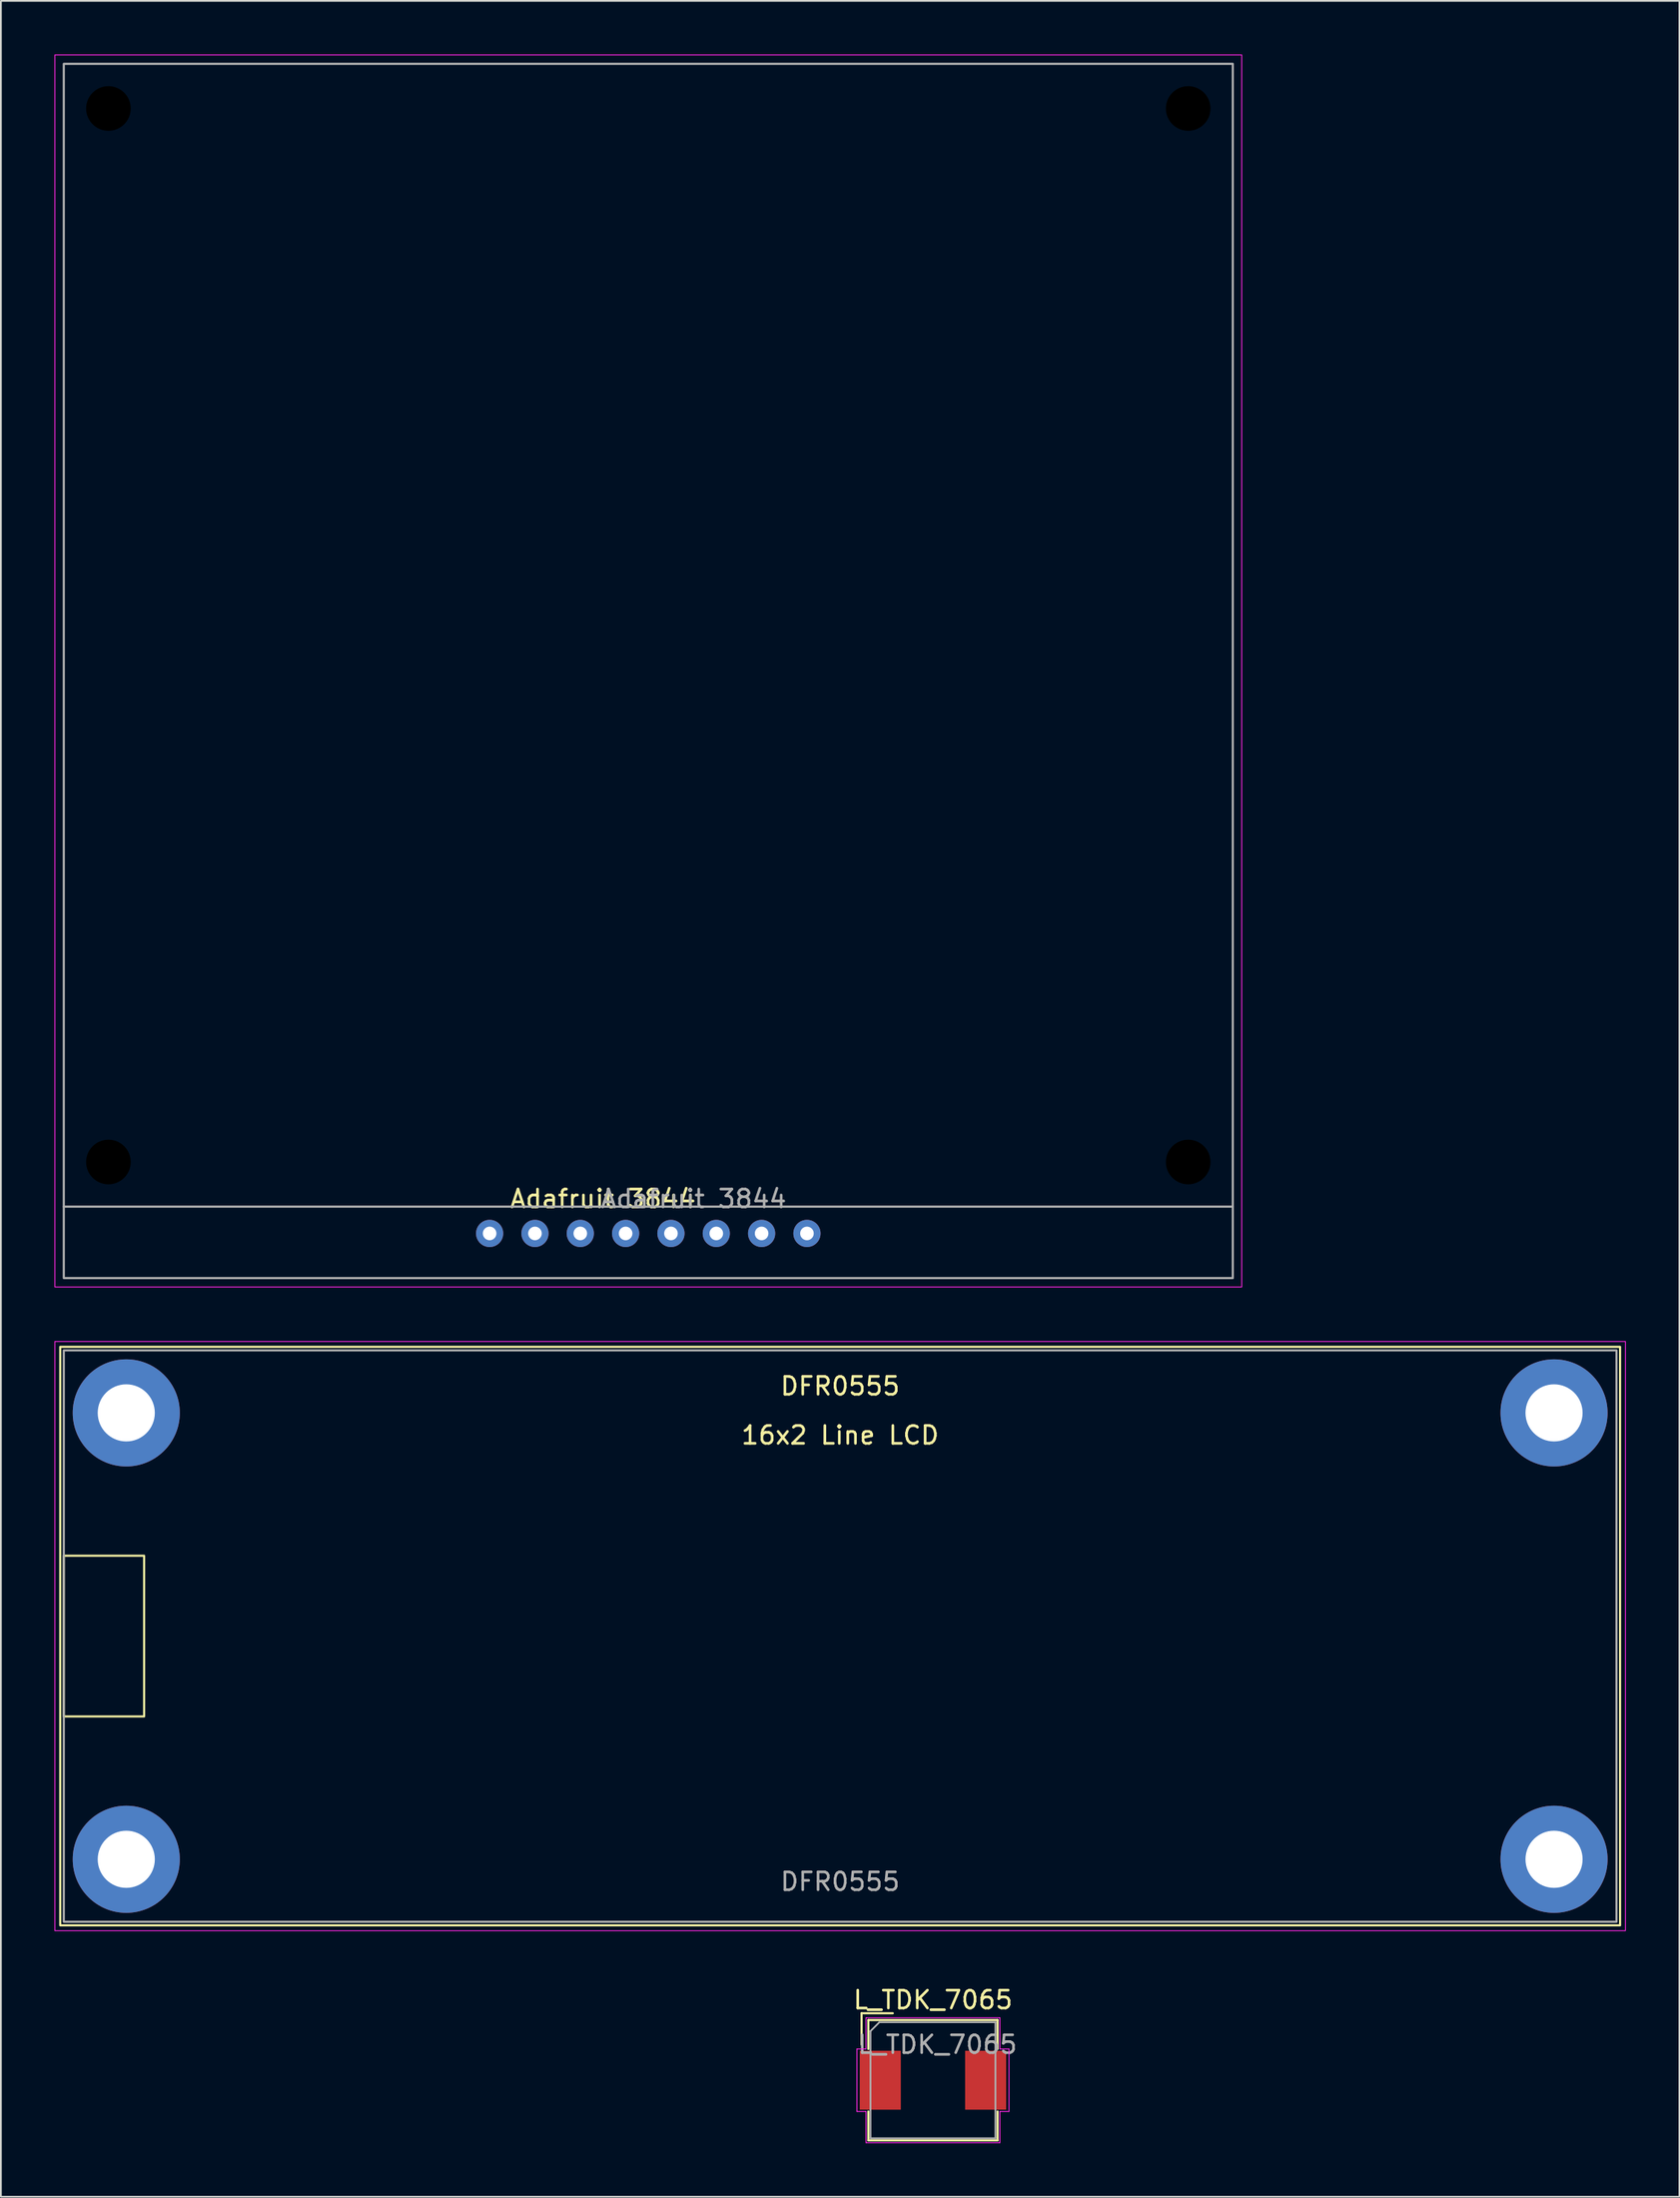
<source format=kicad_pcb>
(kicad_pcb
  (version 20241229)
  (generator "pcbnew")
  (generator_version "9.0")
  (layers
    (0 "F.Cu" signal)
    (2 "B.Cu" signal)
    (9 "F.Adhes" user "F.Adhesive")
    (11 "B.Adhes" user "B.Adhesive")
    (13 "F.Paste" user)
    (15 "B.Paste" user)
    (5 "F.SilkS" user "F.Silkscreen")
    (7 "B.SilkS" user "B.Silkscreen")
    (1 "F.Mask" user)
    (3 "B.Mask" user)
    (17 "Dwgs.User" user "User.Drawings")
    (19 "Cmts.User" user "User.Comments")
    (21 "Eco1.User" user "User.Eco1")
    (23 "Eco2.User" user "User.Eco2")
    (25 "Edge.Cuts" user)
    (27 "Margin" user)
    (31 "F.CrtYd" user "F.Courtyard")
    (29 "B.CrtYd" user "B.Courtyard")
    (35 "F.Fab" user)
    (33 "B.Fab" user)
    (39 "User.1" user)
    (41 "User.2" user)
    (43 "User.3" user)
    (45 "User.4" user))
  (footprint "L_TDK_7065"
    (layer "F.Cu")
    (at 49.225 113.448)
    (property "Reference" "L_TDK_7065" (at 0 -4.5 0) (layer "F.SilkS") (effects (font (size 1 1) (thickness 0.15))))
    (attr smd)
    (fp_line (start -4 -3.75) (end -2.25 -3.75) (stroke (width 0.12) (type solid)) (layer "F.SilkS"))
    (fp_line (start -4 -2) (end -4 -3.75) (stroke (width 0.12) (type solid)) (layer "F.SilkS"))
    (fp_line (start -3.62 -3.37) (end -3.62 -1.75) (stroke (width 0.12) (type solid)) (layer "F.SilkS"))
    (fp_line (start -3.62 -3.37) (end 3.62 -3.37) (stroke (width 0.12) (type solid)) (layer "F.SilkS"))
    (fp_line (start -3.62 1.75) (end -3.62 3.37) (stroke (width 0.12) (type solid)) (layer "F.SilkS"))
    (fp_line (start -3.62 3.37) (end 3.62 3.37) (stroke (width 0.12) (type solid)) (layer "F.SilkS"))
    (fp_line (start 3.62 -3.37) (end 3.62 -1.75) (stroke (width 0.12) (type solid)) (layer "F.SilkS"))
    (fp_line (start 3.62 1.75) (end 3.62 3.37) (stroke (width 0.12) (type solid)) (layer "F.SilkS"))
    (fp_line (start -4.26 -1.75) (end -4.26 1.75) (stroke (width 0.05) (type solid)) (layer "F.CrtYd"))
    (fp_line (start -4.26 1.75) (end -3.75 1.75) (stroke (width 0.05) (type solid)) (layer "F.CrtYd"))
    (fp_line (start -3.75 -3.5) (end -3.75 -1.75) (stroke (width 0.05) (type solid)) (layer "F.CrtYd"))
    (fp_line (start -3.75 -3.5) (end 3.75 -3.5) (stroke (width 0.05) (type solid)) (layer "F.CrtYd"))
    (fp_line (start -3.75 -1.75) (end -4.26 -1.75) (stroke (width 0.05) (type solid)) (layer "F.CrtYd"))
    (fp_line (start -3.75 1.75) (end -3.75 3.5) (stroke (width 0.05) (type solid)) (layer "F.CrtYd"))
    (fp_line (start -3.75 3.5) (end 3.75 3.5) (stroke (width 0.05) (type solid)) (layer "F.CrtYd"))
    (fp_line (start 3.75 -3.5) (end 3.75 -1.75) (stroke (width 0.05) (type solid)) (layer "F.CrtYd"))
    (fp_line (start 3.75 -1.75) (end 4.26 -1.75) (stroke (width 0.05) (type solid)) (layer "F.CrtYd"))
    (fp_line (start 3.75 1.75) (end 3.75 3.5) (stroke (width 0.05) (type solid)) (layer "F.CrtYd"))
    (fp_line (start 4.26 -1.75) (end 4.26 1.75) (stroke (width 0.05) (type solid)) (layer "F.CrtYd"))
    (fp_line (start 4.26 1.75) (end 3.75 1.75) (stroke (width 0.05) (type solid)) (layer "F.CrtYd"))
    (fp_line (start -3.5 -2.75) (end -3 -3.25) (stroke (width 0.1) (type solid)) (layer "F.Fab"))
    (fp_line (start -3.5 3.25) (end -3.5 -2.75) (stroke (width 0.1) (type solid)) (layer "F.Fab"))
    (fp_line (start -3 -3.25) (end 3.5 -3.25) (stroke (width 0.1) (type solid)) (layer "F.Fab"))
    (fp_line (start 3.5 -3.25) (end 3.5 3.25) (stroke (width 0.1) (type solid)) (layer "F.Fab"))
    (fp_line (start 3.5 3.25) (end -3.5 3.25) (stroke (width 0.1) (type solid)) (layer "F.Fab"))
    (fp_text user "" (at -49 0.05 0) (layer "F.SilkS") (effects (font (size 3 3) (thickness 0.15))))
    (fp_text user "${REFERENCE}" (at 0.25 -2 0) (layer "F.Fab") (effects (font (size 1 1) (thickness 0.15))))
    (pad "1" smd rect (at -2.95 0) (size 2.3 3.3) (layers "F.Cu" "F.Mask" "F.Paste"))
    (pad "2" smd rect (at 2.95 0) (size 2.3 3.3) (layers "F.Cu" "F.Mask" "F.Paste")))
  (footprint "Adafruit 3844"
    (layer "F.Cu")
    (at 33.275 66.025)
    (property "Reference" "Adafruit 3844" (at -2.54 -1.94 0) (unlocked yes) (layer "F.SilkS") (effects (font (size 1 1) (thickness 0.15))))
    (attr through_hole)
    (fp_rect (start -33.25 -66) (end 33.25 3) (stroke (width 0.05) (type solid)) (fill no) (layer "F.CrtYd"))
    (fp_line (start -32.75 -1.5) (end 32.75 -1.5) (stroke (width 0.12) (type solid)) (layer "F.Fab"))
    (fp_rect (start -32.75 -65.5) (end 32.75 2.5) (stroke (width 0.12) (type solid)) (fill no) (layer "F.Fab"))
    (fp_text user "${REFERENCE}" (at 2.54 -1.94 0) (unlocked yes) (layer "F.Fab") (effects (font (size 1 1) (thickness 0.15))))
    (pad "" np_thru_hole circle (at -30.25 -63) (size 2.5 2.5) (drill 2.5) (layers "*.Mask"))
    (pad "" np_thru_hole circle (at -30.25 -4) (size 2.5 2.5) (drill 2.5) (layers "*.Mask"))
    (pad "" np_thru_hole circle (at 30.25 -63) (size 2.5 2.5) (drill 2.5) (layers "*.Mask"))
    (pad "" np_thru_hole circle (at 30.25 -4) (size 2.5 2.5) (drill 2.5) (layers "*.Mask"))
    (pad "1" thru_hole circle (at -8.89 0) (size 1.524 1.524) (drill 0.762) (layers "*.Cu" "*.Mask") (remove_unused_layers yes) (keep_end_layers yes) (zone_layer_connections))
    (pad "2" thru_hole circle (at -6.35 0) (size 1.524 1.524) (drill 0.762) (layers "*.Cu" "*.Mask") (remove_unused_layers yes) (keep_end_layers yes) (zone_layer_connections))
    (pad "3" thru_hole circle (at -3.81 0) (size 1.524 1.524) (drill 0.762) (layers "*.Cu" "*.Mask") (remove_unused_layers yes) (keep_end_layers yes) (zone_layer_connections))
    (pad "4" thru_hole circle (at -1.27 0) (size 1.524 1.524) (drill 0.762) (layers "*.Cu" "*.Mask") (remove_unused_layers yes) (keep_end_layers yes) (zone_layer_connections))
    (pad "5" thru_hole circle (at 1.27 0) (size 1.524 1.524) (drill 0.762) (layers "*.Cu" "*.Mask") (remove_unused_layers yes) (keep_end_layers yes) (zone_layer_connections))
    (pad "6" thru_hole circle (at 3.81 0) (size 1.524 1.524) (drill 0.762) (layers "*.Cu" "*.Mask") (remove_unused_layers yes) (keep_end_layers yes) (zone_layer_connections))
    (pad "7" thru_hole circle (at 6.35 0) (size 1.524 1.524) (drill 0.762) (layers "*.Cu" "*.Mask") (remove_unused_layers yes) (keep_end_layers yes) (zone_layer_connections))
    (pad "8" thru_hole circle (at 8.89 0) (size 1.524 1.524) (drill 0.762) (layers "*.Cu" "*.Mask") (remove_unused_layers yes) (keep_end_layers yes) (zone_layer_connections)))
  (footprint "DFR0555"
    (layer "F.Cu")
    (at 44.025 88.575)
    (property "Reference" "DFR0555" (at 0 -14 0) (unlocked yes) (layer "F.SilkS") (effects (font (size 1 1) (thickness 0.15))))
    (attr smd)
    (fp_rect (start -43.7 -16.2) (end 43.7 16.2) (stroke (width 0.12) (type solid)) (fill no) (layer "F.SilkS"))
    (fp_rect (start -43.5 -4.5) (end -39 4.5) (stroke (width 0.12) (type solid)) (fill no) (layer "F.SilkS"))
    (fp_rect (start -44 -16.5) (end 44 16.5) (stroke (width 0.05) (type solid)) (fill no) (layer "F.CrtYd"))
    (fp_rect (start -43.5 -16) (end 43.5 16) (stroke (width 0.12) (type solid)) (fill no) (layer "F.Fab"))
    (fp_text user "16x2 Line LCD" (at 0 -11.25 0) (unlocked yes) (layer "F.SilkS") (effects (font (size 1 1) (thickness 0.15))))
    (fp_text user "${REFERENCE}" (at 0 13.75 0) (unlocked yes) (layer "F.Fab") (effects (font (size 1 1) (thickness 0.15))))
    (pad "" np_thru_hole circle (at -40 -12.5) (size 6 6) (drill 3.2) (layers "*.Cu" "*.Mask"))
    (pad "" np_thru_hole circle (at -40 12.5) (size 6 6) (drill 3.2) (layers "*.Cu" "*.Mask"))
    (pad "" np_thru_hole circle (at 40 -12.5) (size 6 6) (drill 3.2) (layers "*.Cu" "*.Mask"))
    (pad "" np_thru_hole circle (at 40 12.5) (size 6 6) (drill 3.2) (layers "*.Cu" "*.Mask")))
  (gr_rect
    (start -3 -3)
    (end 91.05 119.973)
    (stroke (width 0.1) (type default))
    (fill no)
    (layer "Edge.Cuts")))
</source>
